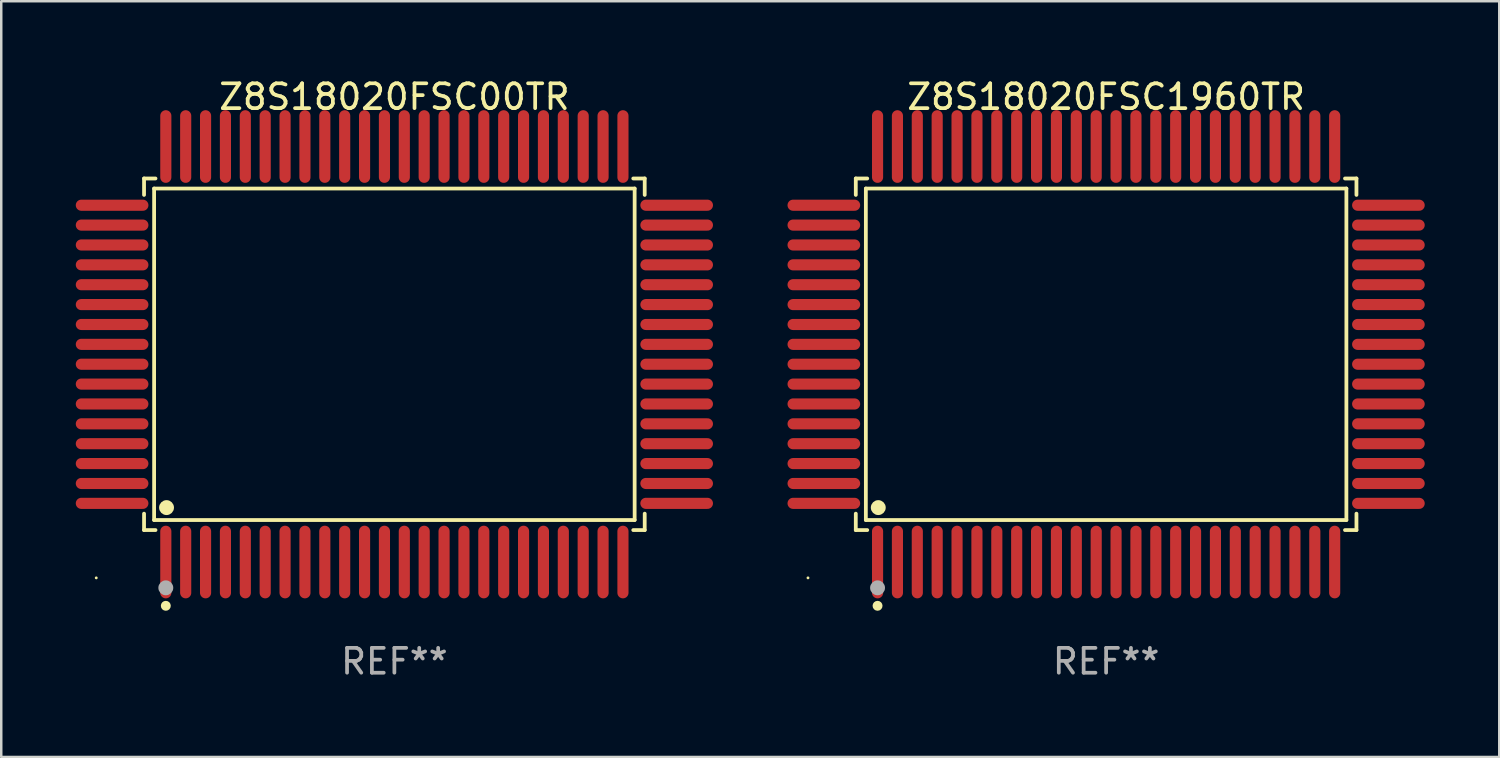
<source format=kicad_pcb>
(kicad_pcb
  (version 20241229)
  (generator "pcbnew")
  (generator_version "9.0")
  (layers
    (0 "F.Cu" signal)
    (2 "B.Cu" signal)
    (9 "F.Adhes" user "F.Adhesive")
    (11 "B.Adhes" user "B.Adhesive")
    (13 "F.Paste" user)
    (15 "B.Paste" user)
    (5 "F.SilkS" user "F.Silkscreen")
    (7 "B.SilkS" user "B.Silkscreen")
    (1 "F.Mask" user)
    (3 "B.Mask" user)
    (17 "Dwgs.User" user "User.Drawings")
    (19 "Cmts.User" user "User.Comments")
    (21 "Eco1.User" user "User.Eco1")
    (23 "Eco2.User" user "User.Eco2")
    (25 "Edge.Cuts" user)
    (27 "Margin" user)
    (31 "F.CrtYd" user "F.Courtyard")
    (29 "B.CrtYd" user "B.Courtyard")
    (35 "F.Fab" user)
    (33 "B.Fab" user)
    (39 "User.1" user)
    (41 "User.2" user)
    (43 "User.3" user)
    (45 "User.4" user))
  (footprint "Z8S18020FSC1960TR"
    (layer "F.Cu")
    (at 41.472 11.21)
    (property "Reference" "Z8S18020FSC1960TR" (at 0 -10.362 0) (layer "F.SilkS") (effects (font (size 1 1) (thickness 0.15))))
    (attr through_hole)
    (fp_line (start -10.076 -7.076) (end -9.615 -7.076) (stroke (width 0.152) (type solid)) (layer "F.SilkS"))
    (fp_line (start -10.076 -6.415) (end -10.076 -7.076) (stroke (width 0.152) (type solid)) (layer "F.SilkS"))
    (fp_line (start -10.076 6.415) (end -10.076 7.076) (stroke (width 0.152) (type solid)) (layer "F.SilkS"))
    (fp_line (start -10.076 7.076) (end -9.615 7.076) (stroke (width 0.152) (type solid)) (layer "F.SilkS"))
    (fp_line (start -9.671 -6.671) (end 9.671 -6.671) (stroke (width 0.152) (type solid)) (layer "F.SilkS"))
    (fp_line (start -9.671 6.671) (end -9.671 -6.671) (stroke (width 0.152) (type solid)) (layer "F.SilkS"))
    (fp_line (start 9.671 -6.671) (end 9.671 6.671) (stroke (width 0.152) (type solid)) (layer "F.SilkS"))
    (fp_line (start 9.671 6.671) (end -9.671 6.671) (stroke (width 0.152) (type solid)) (layer "F.SilkS"))
    (fp_line (start 10.076 -7.076) (end 9.615 -7.076) (stroke (width 0.152) (type solid)) (layer "F.SilkS"))
    (fp_line (start 10.076 -6.415) (end 10.076 -7.076) (stroke (width 0.152) (type solid)) (layer "F.SilkS"))
    (fp_line (start 10.076 6.415) (end 10.076 7.076) (stroke (width 0.152) (type solid)) (layer "F.SilkS"))
    (fp_line (start 10.076 7.076) (end 9.615 7.076) (stroke (width 0.152) (type solid)) (layer "F.SilkS"))
    (fp_circle (center -12 9) (end -11.97 9) (stroke (width 0.06) (type solid)) (fill no) (layer "F.SilkS"))
    (fp_circle (center -9.2 10.124) (end -9.1 10.124) (stroke (width 0.2) (type solid)) (fill no) (layer "F.SilkS"))
    (fp_circle (center -9.171 6.171) (end -9.021 6.171) (stroke (width 0.3) (type solid)) (fill no) (layer "F.SilkS"))
    (fp_circle (center -9.2 9.4) (end -9.05 9.4) (stroke (width 0.3) (type solid)) (fill no) (layer "F.Fab"))
    (fp_text user "REF**" (at 0 12.362 0) (layer "F.Fab") (effects (font (size 1 1) (thickness 0.15))))
    (pad "1" smd oval (at -9.2 8.362) (size 0.448 2.924) (layers "F.Cu" "F.Mask" "F.Paste"))
    (pad "2" smd oval (at -8.4 8.362) (size 0.448 2.924) (layers "F.Cu" "F.Mask" "F.Paste"))
    (pad "3" smd oval (at -7.6 8.362) (size 0.448 2.924) (layers "F.Cu" "F.Mask" "F.Paste"))
    (pad "4" smd oval (at -6.8 8.362) (size 0.448 2.924) (layers "F.Cu" "F.Mask" "F.Paste"))
    (pad "5" smd oval (at -6 8.362) (size 0.448 2.924) (layers "F.Cu" "F.Mask" "F.Paste"))
    (pad "6" smd oval (at -5.2 8.362) (size 0.448 2.924) (layers "F.Cu" "F.Mask" "F.Paste"))
    (pad "7" smd oval (at -4.4 8.362) (size 0.448 2.924) (layers "F.Cu" "F.Mask" "F.Paste"))
    (pad "8" smd oval (at -3.6 8.362) (size 0.448 2.924) (layers "F.Cu" "F.Mask" "F.Paste"))
    (pad "9" smd oval (at -2.8 8.362) (size 0.448 2.924) (layers "F.Cu" "F.Mask" "F.Paste"))
    (pad "10" smd oval (at -2 8.362) (size 0.448 2.924) (layers "F.Cu" "F.Mask" "F.Paste"))
    (pad "11" smd oval (at -1.2 8.362) (size 0.448 2.924) (layers "F.Cu" "F.Mask" "F.Paste"))
    (pad "12" smd oval (at -0.4 8.362) (size 0.448 2.924) (layers "F.Cu" "F.Mask" "F.Paste"))
    (pad "13" smd oval (at 0.4 8.362) (size 0.448 2.924) (layers "F.Cu" "F.Mask" "F.Paste"))
    (pad "14" smd oval (at 1.2 8.362) (size 0.448 2.924) (layers "F.Cu" "F.Mask" "F.Paste"))
    (pad "15" smd oval (at 2 8.362) (size 0.448 2.924) (layers "F.Cu" "F.Mask" "F.Paste"))
    (pad "16" smd oval (at 2.8 8.362) (size 0.448 2.924) (layers "F.Cu" "F.Mask" "F.Paste"))
    (pad "17" smd oval (at 3.6 8.362) (size 0.448 2.924) (layers "F.Cu" "F.Mask" "F.Paste"))
    (pad "18" smd oval (at 4.4 8.362) (size 0.448 2.924) (layers "F.Cu" "F.Mask" "F.Paste"))
    (pad "19" smd oval (at 5.2 8.362) (size 0.448 2.924) (layers "F.Cu" "F.Mask" "F.Paste"))
    (pad "20" smd oval (at 6 8.362) (size 0.448 2.924) (layers "F.Cu" "F.Mask" "F.Paste"))
    (pad "21" smd oval (at 6.8 8.362) (size 0.448 2.924) (layers "F.Cu" "F.Mask" "F.Paste"))
    (pad "22" smd oval (at 7.6 8.362) (size 0.448 2.924) (layers "F.Cu" "F.Mask" "F.Paste"))
    (pad "23" smd oval (at 8.4 8.362) (size 0.448 2.924) (layers "F.Cu" "F.Mask" "F.Paste"))
    (pad "24" smd oval (at 9.2 8.362) (size 0.448 2.924) (layers "F.Cu" "F.Mask" "F.Paste"))
    (pad "25" smd oval (at 11.362 6) (size 2.924 0.448) (layers "F.Cu" "F.Mask" "F.Paste"))
    (pad "26" smd oval (at 11.362 5.2) (size 2.924 0.448) (layers "F.Cu" "F.Mask" "F.Paste"))
    (pad "27" smd oval (at 11.362 4.4) (size 2.924 0.448) (layers "F.Cu" "F.Mask" "F.Paste"))
    (pad "28" smd oval (at 11.362 3.6) (size 2.924 0.448) (layers "F.Cu" "F.Mask" "F.Paste"))
    (pad "29" smd oval (at 11.362 2.8) (size 2.924 0.448) (layers "F.Cu" "F.Mask" "F.Paste"))
    (pad "30" smd oval (at 11.362 2) (size 2.924 0.448) (layers "F.Cu" "F.Mask" "F.Paste"))
    (pad "31" smd oval (at 11.362 1.2) (size 2.924 0.448) (layers "F.Cu" "F.Mask" "F.Paste"))
    (pad "32" smd oval (at 11.362 0.4) (size 2.924 0.448) (layers "F.Cu" "F.Mask" "F.Paste"))
    (pad "33" smd oval (at 11.362 -0.4) (size 2.924 0.448) (layers "F.Cu" "F.Mask" "F.Paste"))
    (pad "34" smd oval (at 11.362 -1.2) (size 2.924 0.448) (layers "F.Cu" "F.Mask" "F.Paste"))
    (pad "35" smd oval (at 11.362 -2) (size 2.924 0.448) (layers "F.Cu" "F.Mask" "F.Paste"))
    (pad "36" smd oval (at 11.362 -2.8) (size 2.924 0.448) (layers "F.Cu" "F.Mask" "F.Paste"))
    (pad "37" smd oval (at 11.362 -3.6) (size 2.924 0.448) (layers "F.Cu" "F.Mask" "F.Paste"))
    (pad "38" smd oval (at 11.362 -4.4) (size 2.924 0.448) (layers "F.Cu" "F.Mask" "F.Paste"))
    (pad "39" smd oval (at 11.362 -5.2) (size 2.924 0.448) (layers "F.Cu" "F.Mask" "F.Paste"))
    (pad "40" smd oval (at 11.362 -6) (size 2.924 0.448) (layers "F.Cu" "F.Mask" "F.Paste"))
    (pad "41" smd oval (at 9.2 -8.362) (size 0.448 2.924) (layers "F.Cu" "F.Mask" "F.Paste"))
    (pad "42" smd oval (at 8.4 -8.362) (size 0.448 2.924) (layers "F.Cu" "F.Mask" "F.Paste"))
    (pad "43" smd oval (at 7.6 -8.362) (size 0.448 2.924) (layers "F.Cu" "F.Mask" "F.Paste"))
    (pad "44" smd oval (at 6.8 -8.362) (size 0.448 2.924) (layers "F.Cu" "F.Mask" "F.Paste"))
    (pad "45" smd oval (at 6 -8.362) (size 0.448 2.924) (layers "F.Cu" "F.Mask" "F.Paste"))
    (pad "46" smd oval (at 5.2 -8.362) (size 0.448 2.924) (layers "F.Cu" "F.Mask" "F.Paste"))
    (pad "47" smd oval (at 4.4 -8.362) (size 0.448 2.924) (layers "F.Cu" "F.Mask" "F.Paste"))
    (pad "48" smd oval (at 3.6 -8.362) (size 0.448 2.924) (layers "F.Cu" "F.Mask" "F.Paste"))
    (pad "49" smd oval (at 2.8 -8.362) (size 0.448 2.924) (layers "F.Cu" "F.Mask" "F.Paste"))
    (pad "50" smd oval (at 2 -8.362) (size 0.448 2.924) (layers "F.Cu" "F.Mask" "F.Paste"))
    (pad "51" smd oval (at 1.2 -8.362) (size 0.448 2.924) (layers "F.Cu" "F.Mask" "F.Paste"))
    (pad "52" smd oval (at 0.4 -8.362) (size 0.448 2.924) (layers "F.Cu" "F.Mask" "F.Paste"))
    (pad "53" smd oval (at -0.4 -8.362) (size 0.448 2.924) (layers "F.Cu" "F.Mask" "F.Paste"))
    (pad "54" smd oval (at -1.2 -8.362) (size 0.448 2.924) (layers "F.Cu" "F.Mask" "F.Paste"))
    (pad "55" smd oval (at -2 -8.362) (size 0.448 2.924) (layers "F.Cu" "F.Mask" "F.Paste"))
    (pad "56" smd oval (at -2.8 -8.362) (size 0.448 2.924) (layers "F.Cu" "F.Mask" "F.Paste"))
    (pad "57" smd oval (at -3.6 -8.362) (size 0.448 2.924) (layers "F.Cu" "F.Mask" "F.Paste"))
    (pad "58" smd oval (at -4.4 -8.362) (size 0.448 2.924) (layers "F.Cu" "F.Mask" "F.Paste"))
    (pad "59" smd oval (at -5.2 -8.362) (size 0.448 2.924) (layers "F.Cu" "F.Mask" "F.Paste"))
    (pad "60" smd oval (at -6 -8.362) (size 0.448 2.924) (layers "F.Cu" "F.Mask" "F.Paste"))
    (pad "61" smd oval (at -6.8 -8.362) (size 0.448 2.924) (layers "F.Cu" "F.Mask" "F.Paste"))
    (pad "62" smd oval (at -7.6 -8.362) (size 0.448 2.924) (layers "F.Cu" "F.Mask" "F.Paste"))
    (pad "63" smd oval (at -8.4 -8.362) (size 0.448 2.924) (layers "F.Cu" "F.Mask" "F.Paste"))
    (pad "64" smd oval (at -9.2 -8.362) (size 0.448 2.924) (layers "F.Cu" "F.Mask" "F.Paste"))
    (pad "65" smd oval (at -11.362 -6) (size 2.924 0.448) (layers "F.Cu" "F.Mask" "F.Paste"))
    (pad "66" smd oval (at -11.362 -5.2) (size 2.924 0.448) (layers "F.Cu" "F.Mask" "F.Paste"))
    (pad "67" smd oval (at -11.362 -4.4) (size 2.924 0.448) (layers "F.Cu" "F.Mask" "F.Paste"))
    (pad "68" smd oval (at -11.362 -3.6) (size 2.924 0.448) (layers "F.Cu" "F.Mask" "F.Paste"))
    (pad "69" smd oval (at -11.362 -2.8) (size 2.924 0.448) (layers "F.Cu" "F.Mask" "F.Paste"))
    (pad "70" smd oval (at -11.362 -2) (size 2.924 0.448) (layers "F.Cu" "F.Mask" "F.Paste"))
    (pad "71" smd oval (at -11.362 -1.2) (size 2.924 0.448) (layers "F.Cu" "F.Mask" "F.Paste"))
    (pad "72" smd oval (at -11.362 -0.4) (size 2.924 0.448) (layers "F.Cu" "F.Mask" "F.Paste"))
    (pad "73" smd oval (at -11.362 0.4) (size 2.924 0.448) (layers "F.Cu" "F.Mask" "F.Paste"))
    (pad "74" smd oval (at -11.362 1.2) (size 2.924 0.448) (layers "F.Cu" "F.Mask" "F.Paste"))
    (pad "75" smd oval (at -11.362 2) (size 2.924 0.448) (layers "F.Cu" "F.Mask" "F.Paste"))
    (pad "76" smd oval (at -11.362 2.8) (size 2.924 0.448) (layers "F.Cu" "F.Mask" "F.Paste"))
    (pad "77" smd oval (at -11.362 3.6) (size 2.924 0.448) (layers "F.Cu" "F.Mask" "F.Paste"))
    (pad "78" smd oval (at -11.362 4.4) (size 2.924 0.448) (layers "F.Cu" "F.Mask" "F.Paste"))
    (pad "79" smd oval (at -11.362 5.2) (size 2.924 0.448) (layers "F.Cu" "F.Mask" "F.Paste"))
    (pad "80" smd oval (at -11.362 6) (size 2.924 0.448) (layers "F.Cu" "F.Mask" "F.Paste")))
  (footprint "Z8S18020FSC00TR"
    (layer "F.Cu")
    (at 12.824 11.21)
    (property "Reference" "Z8S18020FSC00TR" (at 0 -10.362 0) (layer "F.SilkS") (effects (font (size 1 1) (thickness 0.15))))
    (attr through_hole)
    (fp_line (start -10.076 -7.076) (end -9.615 -7.076) (stroke (width 0.152) (type solid)) (layer "F.SilkS"))
    (fp_line (start -10.076 -6.415) (end -10.076 -7.076) (stroke (width 0.152) (type solid)) (layer "F.SilkS"))
    (fp_line (start -10.076 6.415) (end -10.076 7.076) (stroke (width 0.152) (type solid)) (layer "F.SilkS"))
    (fp_line (start -10.076 7.076) (end -9.615 7.076) (stroke (width 0.152) (type solid)) (layer "F.SilkS"))
    (fp_line (start -9.671 -6.671) (end 9.671 -6.671) (stroke (width 0.152) (type solid)) (layer "F.SilkS"))
    (fp_line (start -9.671 6.671) (end -9.671 -6.671) (stroke (width 0.152) (type solid)) (layer "F.SilkS"))
    (fp_line (start 9.671 -6.671) (end 9.671 6.671) (stroke (width 0.152) (type solid)) (layer "F.SilkS"))
    (fp_line (start 9.671 6.671) (end -9.671 6.671) (stroke (width 0.152) (type solid)) (layer "F.SilkS"))
    (fp_line (start 10.076 -7.076) (end 9.615 -7.076) (stroke (width 0.152) (type solid)) (layer "F.SilkS"))
    (fp_line (start 10.076 -6.415) (end 10.076 -7.076) (stroke (width 0.152) (type solid)) (layer "F.SilkS"))
    (fp_line (start 10.076 6.415) (end 10.076 7.076) (stroke (width 0.152) (type solid)) (layer "F.SilkS"))
    (fp_line (start 10.076 7.076) (end 9.615 7.076) (stroke (width 0.152) (type solid)) (layer "F.SilkS"))
    (fp_circle (center -12 9) (end -11.97 9) (stroke (width 0.06) (type solid)) (fill no) (layer "F.SilkS"))
    (fp_circle (center -9.2 10.124) (end -9.1 10.124) (stroke (width 0.2) (type solid)) (fill no) (layer "F.SilkS"))
    (fp_circle (center -9.171 6.171) (end -9.021 6.171) (stroke (width 0.3) (type solid)) (fill no) (layer "F.SilkS"))
    (fp_circle (center -9.2 9.4) (end -9.05 9.4) (stroke (width 0.3) (type solid)) (fill no) (layer "F.Fab"))
    (fp_text user "REF**" (at 0 12.362 0) (layer "F.Fab") (effects (font (size 1 1) (thickness 0.15))))
    (pad "1" smd oval (at -9.2 8.362) (size 0.448 2.924) (layers "F.Cu" "F.Mask" "F.Paste"))
    (pad "2" smd oval (at -8.4 8.362) (size 0.448 2.924) (layers "F.Cu" "F.Mask" "F.Paste"))
    (pad "3" smd oval (at -7.6 8.362) (size 0.448 2.924) (layers "F.Cu" "F.Mask" "F.Paste"))
    (pad "4" smd oval (at -6.8 8.362) (size 0.448 2.924) (layers "F.Cu" "F.Mask" "F.Paste"))
    (pad "5" smd oval (at -6 8.362) (size 0.448 2.924) (layers "F.Cu" "F.Mask" "F.Paste"))
    (pad "6" smd oval (at -5.2 8.362) (size 0.448 2.924) (layers "F.Cu" "F.Mask" "F.Paste"))
    (pad "7" smd oval (at -4.4 8.362) (size 0.448 2.924) (layers "F.Cu" "F.Mask" "F.Paste"))
    (pad "8" smd oval (at -3.6 8.362) (size 0.448 2.924) (layers "F.Cu" "F.Mask" "F.Paste"))
    (pad "9" smd oval (at -2.8 8.362) (size 0.448 2.924) (layers "F.Cu" "F.Mask" "F.Paste"))
    (pad "10" smd oval (at -2 8.362) (size 0.448 2.924) (layers "F.Cu" "F.Mask" "F.Paste"))
    (pad "11" smd oval (at -1.2 8.362) (size 0.448 2.924) (layers "F.Cu" "F.Mask" "F.Paste"))
    (pad "12" smd oval (at -0.4 8.362) (size 0.448 2.924) (layers "F.Cu" "F.Mask" "F.Paste"))
    (pad "13" smd oval (at 0.4 8.362) (size 0.448 2.924) (layers "F.Cu" "F.Mask" "F.Paste"))
    (pad "14" smd oval (at 1.2 8.362) (size 0.448 2.924) (layers "F.Cu" "F.Mask" "F.Paste"))
    (pad "15" smd oval (at 2 8.362) (size 0.448 2.924) (layers "F.Cu" "F.Mask" "F.Paste"))
    (pad "16" smd oval (at 2.8 8.362) (size 0.448 2.924) (layers "F.Cu" "F.Mask" "F.Paste"))
    (pad "17" smd oval (at 3.6 8.362) (size 0.448 2.924) (layers "F.Cu" "F.Mask" "F.Paste"))
    (pad "18" smd oval (at 4.4 8.362) (size 0.448 2.924) (layers "F.Cu" "F.Mask" "F.Paste"))
    (pad "19" smd oval (at 5.2 8.362) (size 0.448 2.924) (layers "F.Cu" "F.Mask" "F.Paste"))
    (pad "20" smd oval (at 6 8.362) (size 0.448 2.924) (layers "F.Cu" "F.Mask" "F.Paste"))
    (pad "21" smd oval (at 6.8 8.362) (size 0.448 2.924) (layers "F.Cu" "F.Mask" "F.Paste"))
    (pad "22" smd oval (at 7.6 8.362) (size 0.448 2.924) (layers "F.Cu" "F.Mask" "F.Paste"))
    (pad "23" smd oval (at 8.4 8.362) (size 0.448 2.924) (layers "F.Cu" "F.Mask" "F.Paste"))
    (pad "24" smd oval (at 9.2 8.362) (size 0.448 2.924) (layers "F.Cu" "F.Mask" "F.Paste"))
    (pad "25" smd oval (at 11.362 6) (size 2.924 0.448) (layers "F.Cu" "F.Mask" "F.Paste"))
    (pad "26" smd oval (at 11.362 5.2) (size 2.924 0.448) (layers "F.Cu" "F.Mask" "F.Paste"))
    (pad "27" smd oval (at 11.362 4.4) (size 2.924 0.448) (layers "F.Cu" "F.Mask" "F.Paste"))
    (pad "28" smd oval (at 11.362 3.6) (size 2.924 0.448) (layers "F.Cu" "F.Mask" "F.Paste"))
    (pad "29" smd oval (at 11.362 2.8) (size 2.924 0.448) (layers "F.Cu" "F.Mask" "F.Paste"))
    (pad "30" smd oval (at 11.362 2) (size 2.924 0.448) (layers "F.Cu" "F.Mask" "F.Paste"))
    (pad "31" smd oval (at 11.362 1.2) (size 2.924 0.448) (layers "F.Cu" "F.Mask" "F.Paste"))
    (pad "32" smd oval (at 11.362 0.4) (size 2.924 0.448) (layers "F.Cu" "F.Mask" "F.Paste"))
    (pad "33" smd oval (at 11.362 -0.4) (size 2.924 0.448) (layers "F.Cu" "F.Mask" "F.Paste"))
    (pad "34" smd oval (at 11.362 -1.2) (size 2.924 0.448) (layers "F.Cu" "F.Mask" "F.Paste"))
    (pad "35" smd oval (at 11.362 -2) (size 2.924 0.448) (layers "F.Cu" "F.Mask" "F.Paste"))
    (pad "36" smd oval (at 11.362 -2.8) (size 2.924 0.448) (layers "F.Cu" "F.Mask" "F.Paste"))
    (pad "37" smd oval (at 11.362 -3.6) (size 2.924 0.448) (layers "F.Cu" "F.Mask" "F.Paste"))
    (pad "38" smd oval (at 11.362 -4.4) (size 2.924 0.448) (layers "F.Cu" "F.Mask" "F.Paste"))
    (pad "39" smd oval (at 11.362 -5.2) (size 2.924 0.448) (layers "F.Cu" "F.Mask" "F.Paste"))
    (pad "40" smd oval (at 11.362 -6) (size 2.924 0.448) (layers "F.Cu" "F.Mask" "F.Paste"))
    (pad "41" smd oval (at 9.2 -8.362) (size 0.448 2.924) (layers "F.Cu" "F.Mask" "F.Paste"))
    (pad "42" smd oval (at 8.4 -8.362) (size 0.448 2.924) (layers "F.Cu" "F.Mask" "F.Paste"))
    (pad "43" smd oval (at 7.6 -8.362) (size 0.448 2.924) (layers "F.Cu" "F.Mask" "F.Paste"))
    (pad "44" smd oval (at 6.8 -8.362) (size 0.448 2.924) (layers "F.Cu" "F.Mask" "F.Paste"))
    (pad "45" smd oval (at 6 -8.362) (size 0.448 2.924) (layers "F.Cu" "F.Mask" "F.Paste"))
    (pad "46" smd oval (at 5.2 -8.362) (size 0.448 2.924) (layers "F.Cu" "F.Mask" "F.Paste"))
    (pad "47" smd oval (at 4.4 -8.362) (size 0.448 2.924) (layers "F.Cu" "F.Mask" "F.Paste"))
    (pad "48" smd oval (at 3.6 -8.362) (size 0.448 2.924) (layers "F.Cu" "F.Mask" "F.Paste"))
    (pad "49" smd oval (at 2.8 -8.362) (size 0.448 2.924) (layers "F.Cu" "F.Mask" "F.Paste"))
    (pad "50" smd oval (at 2 -8.362) (size 0.448 2.924) (layers "F.Cu" "F.Mask" "F.Paste"))
    (pad "51" smd oval (at 1.2 -8.362) (size 0.448 2.924) (layers "F.Cu" "F.Mask" "F.Paste"))
    (pad "52" smd oval (at 0.4 -8.362) (size 0.448 2.924) (layers "F.Cu" "F.Mask" "F.Paste"))
    (pad "53" smd oval (at -0.4 -8.362) (size 0.448 2.924) (layers "F.Cu" "F.Mask" "F.Paste"))
    (pad "54" smd oval (at -1.2 -8.362) (size 0.448 2.924) (layers "F.Cu" "F.Mask" "F.Paste"))
    (pad "55" smd oval (at -2 -8.362) (size 0.448 2.924) (layers "F.Cu" "F.Mask" "F.Paste"))
    (pad "56" smd oval (at -2.8 -8.362) (size 0.448 2.924) (layers "F.Cu" "F.Mask" "F.Paste"))
    (pad "57" smd oval (at -3.6 -8.362) (size 0.448 2.924) (layers "F.Cu" "F.Mask" "F.Paste"))
    (pad "58" smd oval (at -4.4 -8.362) (size 0.448 2.924) (layers "F.Cu" "F.Mask" "F.Paste"))
    (pad "59" smd oval (at -5.2 -8.362) (size 0.448 2.924) (layers "F.Cu" "F.Mask" "F.Paste"))
    (pad "60" smd oval (at -6 -8.362) (size 0.448 2.924) (layers "F.Cu" "F.Mask" "F.Paste"))
    (pad "61" smd oval (at -6.8 -8.362) (size 0.448 2.924) (layers "F.Cu" "F.Mask" "F.Paste"))
    (pad "62" smd oval (at -7.6 -8.362) (size 0.448 2.924) (layers "F.Cu" "F.Mask" "F.Paste"))
    (pad "63" smd oval (at -8.4 -8.362) (size 0.448 2.924) (layers "F.Cu" "F.Mask" "F.Paste"))
    (pad "64" smd oval (at -9.2 -8.362) (size 0.448 2.924) (layers "F.Cu" "F.Mask" "F.Paste"))
    (pad "65" smd oval (at -11.362 -6) (size 2.924 0.448) (layers "F.Cu" "F.Mask" "F.Paste"))
    (pad "66" smd oval (at -11.362 -5.2) (size 2.924 0.448) (layers "F.Cu" "F.Mask" "F.Paste"))
    (pad "67" smd oval (at -11.362 -4.4) (size 2.924 0.448) (layers "F.Cu" "F.Mask" "F.Paste"))
    (pad "68" smd oval (at -11.362 -3.6) (size 2.924 0.448) (layers "F.Cu" "F.Mask" "F.Paste"))
    (pad "69" smd oval (at -11.362 -2.8) (size 2.924 0.448) (layers "F.Cu" "F.Mask" "F.Paste"))
    (pad "70" smd oval (at -11.362 -2) (size 2.924 0.448) (layers "F.Cu" "F.Mask" "F.Paste"))
    (pad "71" smd oval (at -11.362 -1.2) (size 2.924 0.448) (layers "F.Cu" "F.Mask" "F.Paste"))
    (pad "72" smd oval (at -11.362 -0.4) (size 2.924 0.448) (layers "F.Cu" "F.Mask" "F.Paste"))
    (pad "73" smd oval (at -11.362 0.4) (size 2.924 0.448) (layers "F.Cu" "F.Mask" "F.Paste"))
    (pad "74" smd oval (at -11.362 1.2) (size 2.924 0.448) (layers "F.Cu" "F.Mask" "F.Paste"))
    (pad "75" smd oval (at -11.362 2) (size 2.924 0.448) (layers "F.Cu" "F.Mask" "F.Paste"))
    (pad "76" smd oval (at -11.362 2.8) (size 2.924 0.448) (layers "F.Cu" "F.Mask" "F.Paste"))
    (pad "77" smd oval (at -11.362 3.6) (size 2.924 0.448) (layers "F.Cu" "F.Mask" "F.Paste"))
    (pad "78" smd oval (at -11.362 4.4) (size 2.924 0.448) (layers "F.Cu" "F.Mask" "F.Paste"))
    (pad "79" smd oval (at -11.362 5.2) (size 2.924 0.448) (layers "F.Cu" "F.Mask" "F.Paste"))
    (pad "80" smd oval (at -11.362 6) (size 2.924 0.448) (layers "F.Cu" "F.Mask" "F.Paste")))
  (gr_rect
    (start -3 -3)
    (end 57.296 27.42)
    (stroke (width 0.1) (type default))
    (fill no)
    (layer "Edge.Cuts")))
</source>
